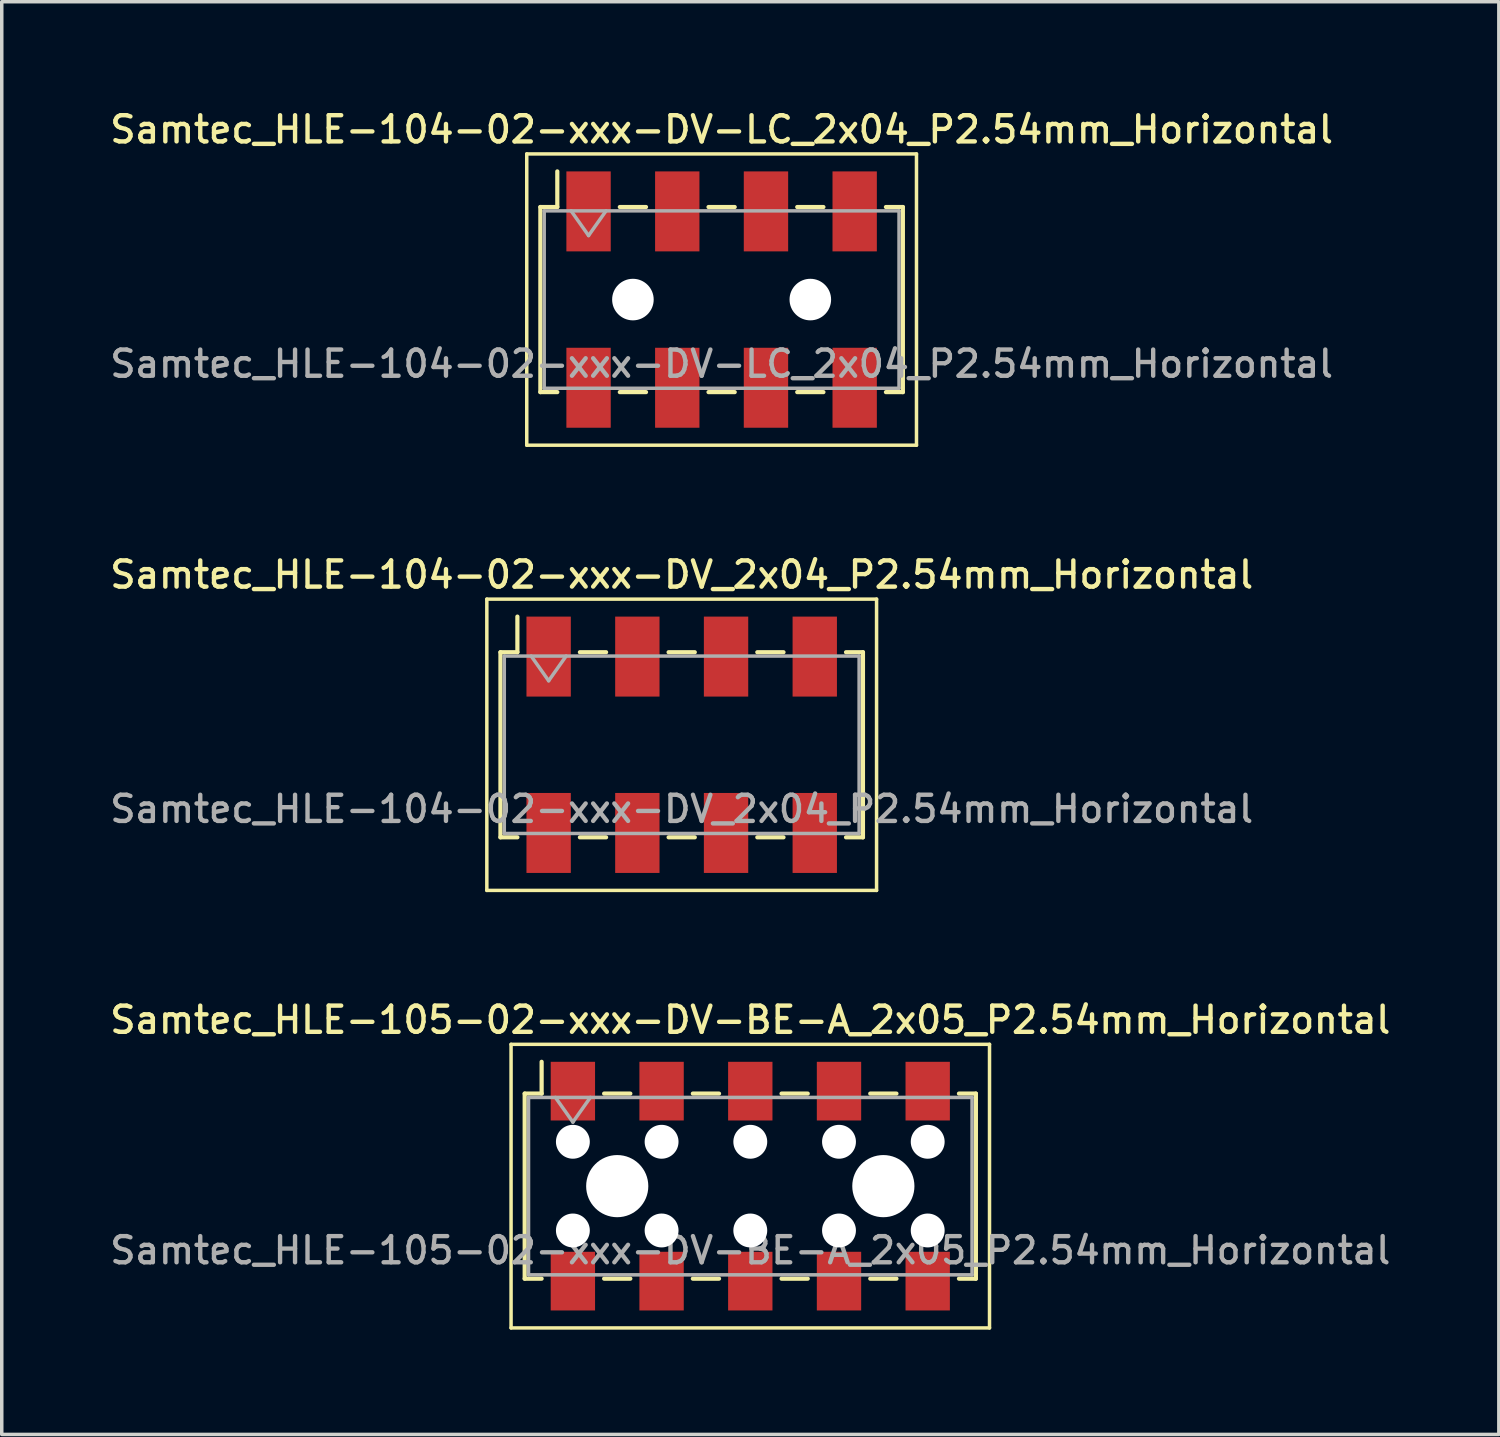
<source format=kicad_pcb>
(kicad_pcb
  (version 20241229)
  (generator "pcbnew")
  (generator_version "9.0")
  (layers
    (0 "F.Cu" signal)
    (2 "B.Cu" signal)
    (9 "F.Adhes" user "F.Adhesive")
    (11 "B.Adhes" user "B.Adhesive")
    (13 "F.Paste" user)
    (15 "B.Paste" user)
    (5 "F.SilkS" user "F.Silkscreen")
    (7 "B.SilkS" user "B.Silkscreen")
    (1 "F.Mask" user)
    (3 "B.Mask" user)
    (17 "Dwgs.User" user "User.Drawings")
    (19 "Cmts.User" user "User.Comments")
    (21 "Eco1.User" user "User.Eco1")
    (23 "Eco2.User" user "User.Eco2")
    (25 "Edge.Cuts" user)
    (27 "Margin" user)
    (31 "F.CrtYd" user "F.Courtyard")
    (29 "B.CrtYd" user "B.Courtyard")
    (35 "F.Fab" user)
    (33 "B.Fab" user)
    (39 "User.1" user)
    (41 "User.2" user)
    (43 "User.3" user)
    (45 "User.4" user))
  (footprint "Samtec_HLE-104-02-xxx-DV_2x04_P2.54mm_Horizontal"
    (layer "F.Cu")
    (at 16.47 18.276)
    (property "Reference" "Samtec_HLE-104-02-xxx-DV_2x04_P2.54mm_Horizontal" (at 0 -4.87 0) (layer "F.SilkS") (effects (font (size 0.75 0.75) (thickness 0.125))))
    (attr smd)
    (fp_line (start -5.58 -4.17) (end 5.58 -4.17) (stroke (width 0.1) (type solid)) (layer "F.SilkS"))
    (fp_line (start -5.58 4.17) (end -5.58 -4.17) (stroke (width 0.1) (type solid)) (layer "F.SilkS"))
    (fp_line (start -5.19 -2.65) (end -5.19 2.65) (stroke (width 0.12) (type solid)) (layer "F.SilkS"))
    (fp_line (start -5.19 2.65) (end -4.705 2.65) (stroke (width 0.12) (type solid)) (layer "F.SilkS"))
    (fp_line (start -4.705 -3.67) (end -4.705 -2.65) (stroke (width 0.12) (type solid)) (layer "F.SilkS"))
    (fp_line (start -4.705 -2.65) (end -5.19 -2.65) (stroke (width 0.12) (type solid)) (layer "F.SilkS"))
    (fp_line (start -2.915 -2.65) (end -2.165 -2.65) (stroke (width 0.12) (type solid)) (layer "F.SilkS"))
    (fp_line (start -2.915 2.65) (end -2.165 2.65) (stroke (width 0.12) (type solid)) (layer "F.SilkS"))
    (fp_line (start -0.375 -2.65) (end 0.375 -2.65) (stroke (width 0.12) (type solid)) (layer "F.SilkS"))
    (fp_line (start -0.375 2.65) (end 0.375 2.65) (stroke (width 0.12) (type solid)) (layer "F.SilkS"))
    (fp_line (start 2.165 -2.65) (end 2.915 -2.65) (stroke (width 0.12) (type solid)) (layer "F.SilkS"))
    (fp_line (start 2.165 2.65) (end 2.915 2.65) (stroke (width 0.12) (type solid)) (layer "F.SilkS"))
    (fp_line (start 4.705 -2.65) (end 5.19 -2.65) (stroke (width 0.12) (type solid)) (layer "F.SilkS"))
    (fp_line (start 5.19 -2.65) (end 5.19 2.65) (stroke (width 0.12) (type solid)) (layer "F.SilkS"))
    (fp_line (start 5.19 2.65) (end 4.705 2.65) (stroke (width 0.12) (type solid)) (layer "F.SilkS"))
    (fp_line (start 5.58 -4.17) (end 5.58 4.17) (stroke (width 0.1) (type solid)) (layer "F.SilkS"))
    (fp_line (start 5.58 4.17) (end -5.58 4.17) (stroke (width 0.1) (type solid)) (layer "F.SilkS"))
    (fp_line (start -5.08 -2.54) (end 5.08 -2.54) (stroke (width 0.1) (type solid)) (layer "F.Fab"))
    (fp_line (start -5.08 2.54) (end -5.08 -2.54) (stroke (width 0.1) (type solid)) (layer "F.Fab"))
    (fp_line (start -4.31 -2.54) (end -3.81 -1.833) (stroke (width 0.1) (type solid)) (layer "F.Fab"))
    (fp_line (start -3.81 -1.833) (end -3.31 -2.54) (stroke (width 0.1) (type solid)) (layer "F.Fab"))
    (fp_line (start 5.08 -2.54) (end 5.08 2.54) (stroke (width 0.1) (type solid)) (layer "F.Fab"))
    (fp_line (start 5.08 2.54) (end -5.08 2.54) (stroke (width 0.1) (type solid)) (layer "F.Fab"))
    (fp_text user "${REFERENCE}" (at 0 1.84 0) (layer "F.Fab") (effects (font (size 0.75 0.75) (thickness 0.125))))
    (pad "1" smd rect (at -3.81 -2.525) (size 1.27 2.29) (layers "F.Cu" "F.Mask" "F.Paste"))
    (pad "2" smd rect (at -3.81 2.525) (size 1.27 2.29) (layers "F.Cu" "F.Mask" "F.Paste"))
    (pad "3" smd rect (at -1.27 -2.525) (size 1.27 2.29) (layers "F.Cu" "F.Mask" "F.Paste"))
    (pad "4" smd rect (at -1.27 2.525) (size 1.27 2.29) (layers "F.Cu" "F.Mask" "F.Paste"))
    (pad "5" smd rect (at 1.27 -2.525) (size 1.27 2.29) (layers "F.Cu" "F.Mask" "F.Paste"))
    (pad "6" smd rect (at 1.27 2.525) (size 1.27 2.29) (layers "F.Cu" "F.Mask" "F.Paste"))
    (pad "7" smd rect (at 3.81 -2.525) (size 1.27 2.29) (layers "F.Cu" "F.Mask" "F.Paste"))
    (pad "8" smd rect (at 3.81 2.525) (size 1.27 2.29) (layers "F.Cu" "F.Mask" "F.Paste")))
  (footprint "Samtec_HLE-104-02-xxx-DV-LC_2x04_P2.54mm_Horizontal"
    (layer "F.Cu")
    (at 17.613 5.528)
    (property "Reference" "Samtec_HLE-104-02-xxx-DV-LC_2x04_P2.54mm_Horizontal" (at 0 -4.87 0) (layer "F.SilkS") (effects (font (size 0.75 0.75) (thickness 0.125))))
    (attr smd)
    (fp_line (start -5.58 -4.17) (end 5.58 -4.17) (stroke (width 0.1) (type solid)) (layer "F.SilkS"))
    (fp_line (start -5.58 4.17) (end -5.58 -4.17) (stroke (width 0.1) (type solid)) (layer "F.SilkS"))
    (fp_line (start -5.19 -2.65) (end -5.19 2.65) (stroke (width 0.12) (type solid)) (layer "F.SilkS"))
    (fp_line (start -5.19 2.65) (end -4.705 2.65) (stroke (width 0.12) (type solid)) (layer "F.SilkS"))
    (fp_line (start -4.705 -3.67) (end -4.705 -2.65) (stroke (width 0.12) (type solid)) (layer "F.SilkS"))
    (fp_line (start -4.705 -2.65) (end -5.19 -2.65) (stroke (width 0.12) (type solid)) (layer "F.SilkS"))
    (fp_line (start -2.915 -2.65) (end -2.165 -2.65) (stroke (width 0.12) (type solid)) (layer "F.SilkS"))
    (fp_line (start -2.915 2.65) (end -2.165 2.65) (stroke (width 0.12) (type solid)) (layer "F.SilkS"))
    (fp_line (start -0.375 -2.65) (end 0.375 -2.65) (stroke (width 0.12) (type solid)) (layer "F.SilkS"))
    (fp_line (start -0.375 2.65) (end 0.375 2.65) (stroke (width 0.12) (type solid)) (layer "F.SilkS"))
    (fp_line (start 2.165 -2.65) (end 2.915 -2.65) (stroke (width 0.12) (type solid)) (layer "F.SilkS"))
    (fp_line (start 2.165 2.65) (end 2.915 2.65) (stroke (width 0.12) (type solid)) (layer "F.SilkS"))
    (fp_line (start 4.705 -2.65) (end 5.19 -2.65) (stroke (width 0.12) (type solid)) (layer "F.SilkS"))
    (fp_line (start 5.19 -2.65) (end 5.19 2.65) (stroke (width 0.12) (type solid)) (layer "F.SilkS"))
    (fp_line (start 5.19 2.65) (end 4.705 2.65) (stroke (width 0.12) (type solid)) (layer "F.SilkS"))
    (fp_line (start 5.58 -4.17) (end 5.58 4.17) (stroke (width 0.1) (type solid)) (layer "F.SilkS"))
    (fp_line (start 5.58 4.17) (end -5.58 4.17) (stroke (width 0.1) (type solid)) (layer "F.SilkS"))
    (fp_line (start -5.08 -2.54) (end 5.08 -2.54) (stroke (width 0.1) (type solid)) (layer "F.Fab"))
    (fp_line (start -5.08 2.54) (end -5.08 -2.54) (stroke (width 0.1) (type solid)) (layer "F.Fab"))
    (fp_line (start -4.31 -2.54) (end -3.81 -1.833) (stroke (width 0.1) (type solid)) (layer "F.Fab"))
    (fp_line (start -3.81 -1.833) (end -3.31 -2.54) (stroke (width 0.1) (type solid)) (layer "F.Fab"))
    (fp_line (start 5.08 -2.54) (end 5.08 2.54) (stroke (width 0.1) (type solid)) (layer "F.Fab"))
    (fp_line (start 5.08 2.54) (end -5.08 2.54) (stroke (width 0.1) (type solid)) (layer "F.Fab"))
    (fp_text user "${REFERENCE}" (at 0 1.84 0) (layer "F.Fab") (effects (font (size 0.75 0.75) (thickness 0.125))))
    (pad "" np_thru_hole circle (at -2.54 0) (size 1.19 1.19) (drill 1.19) (layers "*.Cu" "*.Mask"))
    (pad "" np_thru_hole circle (at 2.54 0) (size 1.19 1.19) (drill 1.19) (layers "*.Cu" "*.Mask"))
    (pad "1" smd rect (at -3.81 -2.525) (size 1.27 2.29) (layers "F.Cu" "F.Mask" "F.Paste"))
    (pad "2" smd rect (at -3.81 2.525) (size 1.27 2.29) (layers "F.Cu" "F.Mask" "F.Paste"))
    (pad "3" smd rect (at -1.27 -2.525) (size 1.27 2.29) (layers "F.Cu" "F.Mask" "F.Paste"))
    (pad "4" smd rect (at -1.27 2.525) (size 1.27 2.29) (layers "F.Cu" "F.Mask" "F.Paste"))
    (pad "5" smd rect (at 1.27 -2.525) (size 1.27 2.29) (layers "F.Cu" "F.Mask" "F.Paste"))
    (pad "6" smd rect (at 1.27 2.525) (size 1.27 2.29) (layers "F.Cu" "F.Mask" "F.Paste"))
    (pad "7" smd rect (at 3.81 -2.525) (size 1.27 2.29) (layers "F.Cu" "F.Mask" "F.Paste"))
    (pad "8" smd rect (at 3.81 2.525) (size 1.27 2.29) (layers "F.Cu" "F.Mask" "F.Paste")))
  (footprint "Samtec_HLE-105-02-xxx-DV-BE-A_2x05_P2.54mm_Horizontal"
    (layer "F.Cu")
    (at 18.434 30.914)
    (property "Reference" "Samtec_HLE-105-02-xxx-DV-BE-A_2x05_P2.54mm_Horizontal" (at 0 -4.76 0) (layer "F.SilkS") (effects (font (size 0.75 0.75) (thickness 0.125))))
    (attr smd)
    (fp_line (start -6.85 -4.06) (end 6.85 -4.06) (stroke (width 0.1) (type solid)) (layer "F.SilkS"))
    (fp_line (start -6.85 4.06) (end -6.85 -4.06) (stroke (width 0.1) (type solid)) (layer "F.SilkS"))
    (fp_line (start -6.46 -2.65) (end -6.46 2.65) (stroke (width 0.12) (type solid)) (layer "F.SilkS"))
    (fp_line (start -6.46 2.65) (end -5.975 2.65) (stroke (width 0.12) (type solid)) (layer "F.SilkS"))
    (fp_line (start -5.975 -3.56) (end -5.975 -2.65) (stroke (width 0.12) (type solid)) (layer "F.SilkS"))
    (fp_line (start -5.975 -2.65) (end -6.46 -2.65) (stroke (width 0.12) (type solid)) (layer "F.SilkS"))
    (fp_line (start -4.185 -2.65) (end -3.435 -2.65) (stroke (width 0.12) (type solid)) (layer "F.SilkS"))
    (fp_line (start -4.185 2.65) (end -3.435 2.65) (stroke (width 0.12) (type solid)) (layer "F.SilkS"))
    (fp_line (start -1.645 -2.65) (end -0.895 -2.65) (stroke (width 0.12) (type solid)) (layer "F.SilkS"))
    (fp_line (start -1.645 2.65) (end -0.895 2.65) (stroke (width 0.12) (type solid)) (layer "F.SilkS"))
    (fp_line (start 0.895 -2.65) (end 1.645 -2.65) (stroke (width 0.12) (type solid)) (layer "F.SilkS"))
    (fp_line (start 0.895 2.65) (end 1.645 2.65) (stroke (width 0.12) (type solid)) (layer "F.SilkS"))
    (fp_line (start 3.435 -2.65) (end 4.185 -2.65) (stroke (width 0.12) (type solid)) (layer "F.SilkS"))
    (fp_line (start 3.435 2.65) (end 4.185 2.65) (stroke (width 0.12) (type solid)) (layer "F.SilkS"))
    (fp_line (start 5.975 -2.65) (end 6.46 -2.65) (stroke (width 0.12) (type solid)) (layer "F.SilkS"))
    (fp_line (start 6.46 -2.65) (end 6.46 2.65) (stroke (width 0.12) (type solid)) (layer "F.SilkS"))
    (fp_line (start 6.46 2.65) (end 5.975 2.65) (stroke (width 0.12) (type solid)) (layer "F.SilkS"))
    (fp_line (start 6.85 -4.06) (end 6.85 4.06) (stroke (width 0.1) (type solid)) (layer "F.SilkS"))
    (fp_line (start 6.85 4.06) (end -6.85 4.06) (stroke (width 0.1) (type solid)) (layer "F.SilkS"))
    (fp_line (start -6.35 -2.54) (end 6.35 -2.54) (stroke (width 0.1) (type solid)) (layer "F.Fab"))
    (fp_line (start -6.35 2.54) (end -6.35 -2.54) (stroke (width 0.1) (type solid)) (layer "F.Fab"))
    (fp_line (start -5.58 -2.54) (end -5.08 -1.833) (stroke (width 0.1) (type solid)) (layer "F.Fab"))
    (fp_line (start -5.08 -1.833) (end -4.58 -2.54) (stroke (width 0.1) (type solid)) (layer "F.Fab"))
    (fp_line (start 6.35 -2.54) (end 6.35 2.54) (stroke (width 0.1) (type solid)) (layer "F.Fab"))
    (fp_line (start 6.35 2.54) (end -6.35 2.54) (stroke (width 0.1) (type solid)) (layer "F.Fab"))
    (fp_text user "${REFERENCE}" (at 0 1.84 0) (layer "F.Fab") (effects (font (size 0.75 0.75) (thickness 0.125))))
    (pad "" np_thru_hole circle (at -5.08 -1.27) (size 0.97 0.97) (drill 0.97) (layers "*.Cu" "*.Mask"))
    (pad "" np_thru_hole circle (at -5.08 1.27) (size 0.97 0.97) (drill 0.97) (layers "*.Cu" "*.Mask"))
    (pad "" np_thru_hole circle (at -3.81 0) (size 1.78 1.78) (drill 1.78) (layers "*.Cu" "*.Mask"))
    (pad "" np_thru_hole circle (at -2.54 -1.27) (size 0.97 0.97) (drill 0.97) (layers "*.Cu" "*.Mask"))
    (pad "" np_thru_hole circle (at -2.54 1.27) (size 0.97 0.97) (drill 0.97) (layers "*.Cu" "*.Mask"))
    (pad "" np_thru_hole circle (at 0 -1.27) (size 0.97 0.97) (drill 0.97) (layers "*.Cu" "*.Mask"))
    (pad "" np_thru_hole circle (at 0 1.27) (size 0.97 0.97) (drill 0.97) (layers "*.Cu" "*.Mask"))
    (pad "" np_thru_hole circle (at 2.54 -1.27) (size 0.97 0.97) (drill 0.97) (layers "*.Cu" "*.Mask"))
    (pad "" np_thru_hole circle (at 2.54 1.27) (size 0.97 0.97) (drill 0.97) (layers "*.Cu" "*.Mask"))
    (pad "" np_thru_hole circle (at 3.81 0) (size 1.78 1.78) (drill 1.78) (layers "*.Cu" "*.Mask"))
    (pad "" np_thru_hole circle (at 5.08 -1.27) (size 0.97 0.97) (drill 0.97) (layers "*.Cu" "*.Mask"))
    (pad "" np_thru_hole circle (at 5.08 1.27) (size 0.97 0.97) (drill 0.97) (layers "*.Cu" "*.Mask"))
    (pad "1" smd rect (at -5.08 -2.72) (size 1.27 1.68) (layers "F.Cu" "F.Mask" "F.Paste"))
    (pad "2" smd rect (at -5.08 2.72) (size 1.27 1.68) (layers "F.Cu" "F.Mask" "F.Paste"))
    (pad "3" smd rect (at -2.54 -2.72) (size 1.27 1.68) (layers "F.Cu" "F.Mask" "F.Paste"))
    (pad "4" smd rect (at -2.54 2.72) (size 1.27 1.68) (layers "F.Cu" "F.Mask" "F.Paste"))
    (pad "5" smd rect (at 0 -2.72) (size 1.27 1.68) (layers "F.Cu" "F.Mask" "F.Paste"))
    (pad "6" smd rect (at 0 2.72) (size 1.27 1.68) (layers "F.Cu" "F.Mask" "F.Paste"))
    (pad "7" smd rect (at 2.54 -2.72) (size 1.27 1.68) (layers "F.Cu" "F.Mask" "F.Paste"))
    (pad "8" smd rect (at 2.54 2.72) (size 1.27 1.68) (layers "F.Cu" "F.Mask" "F.Paste"))
    (pad "9" smd rect (at 5.08 -2.72) (size 1.27 1.68) (layers "F.Cu" "F.Mask" "F.Paste"))
    (pad "10" smd rect (at 5.08 2.72) (size 1.27 1.68) (layers "F.Cu" "F.Mask" "F.Paste")))
  (gr_rect
    (start -3 -3)
    (end 39.868 38.024)
    (stroke (width 0.1) (type default))
    (fill no)
    (layer "Edge.Cuts")))
</source>
